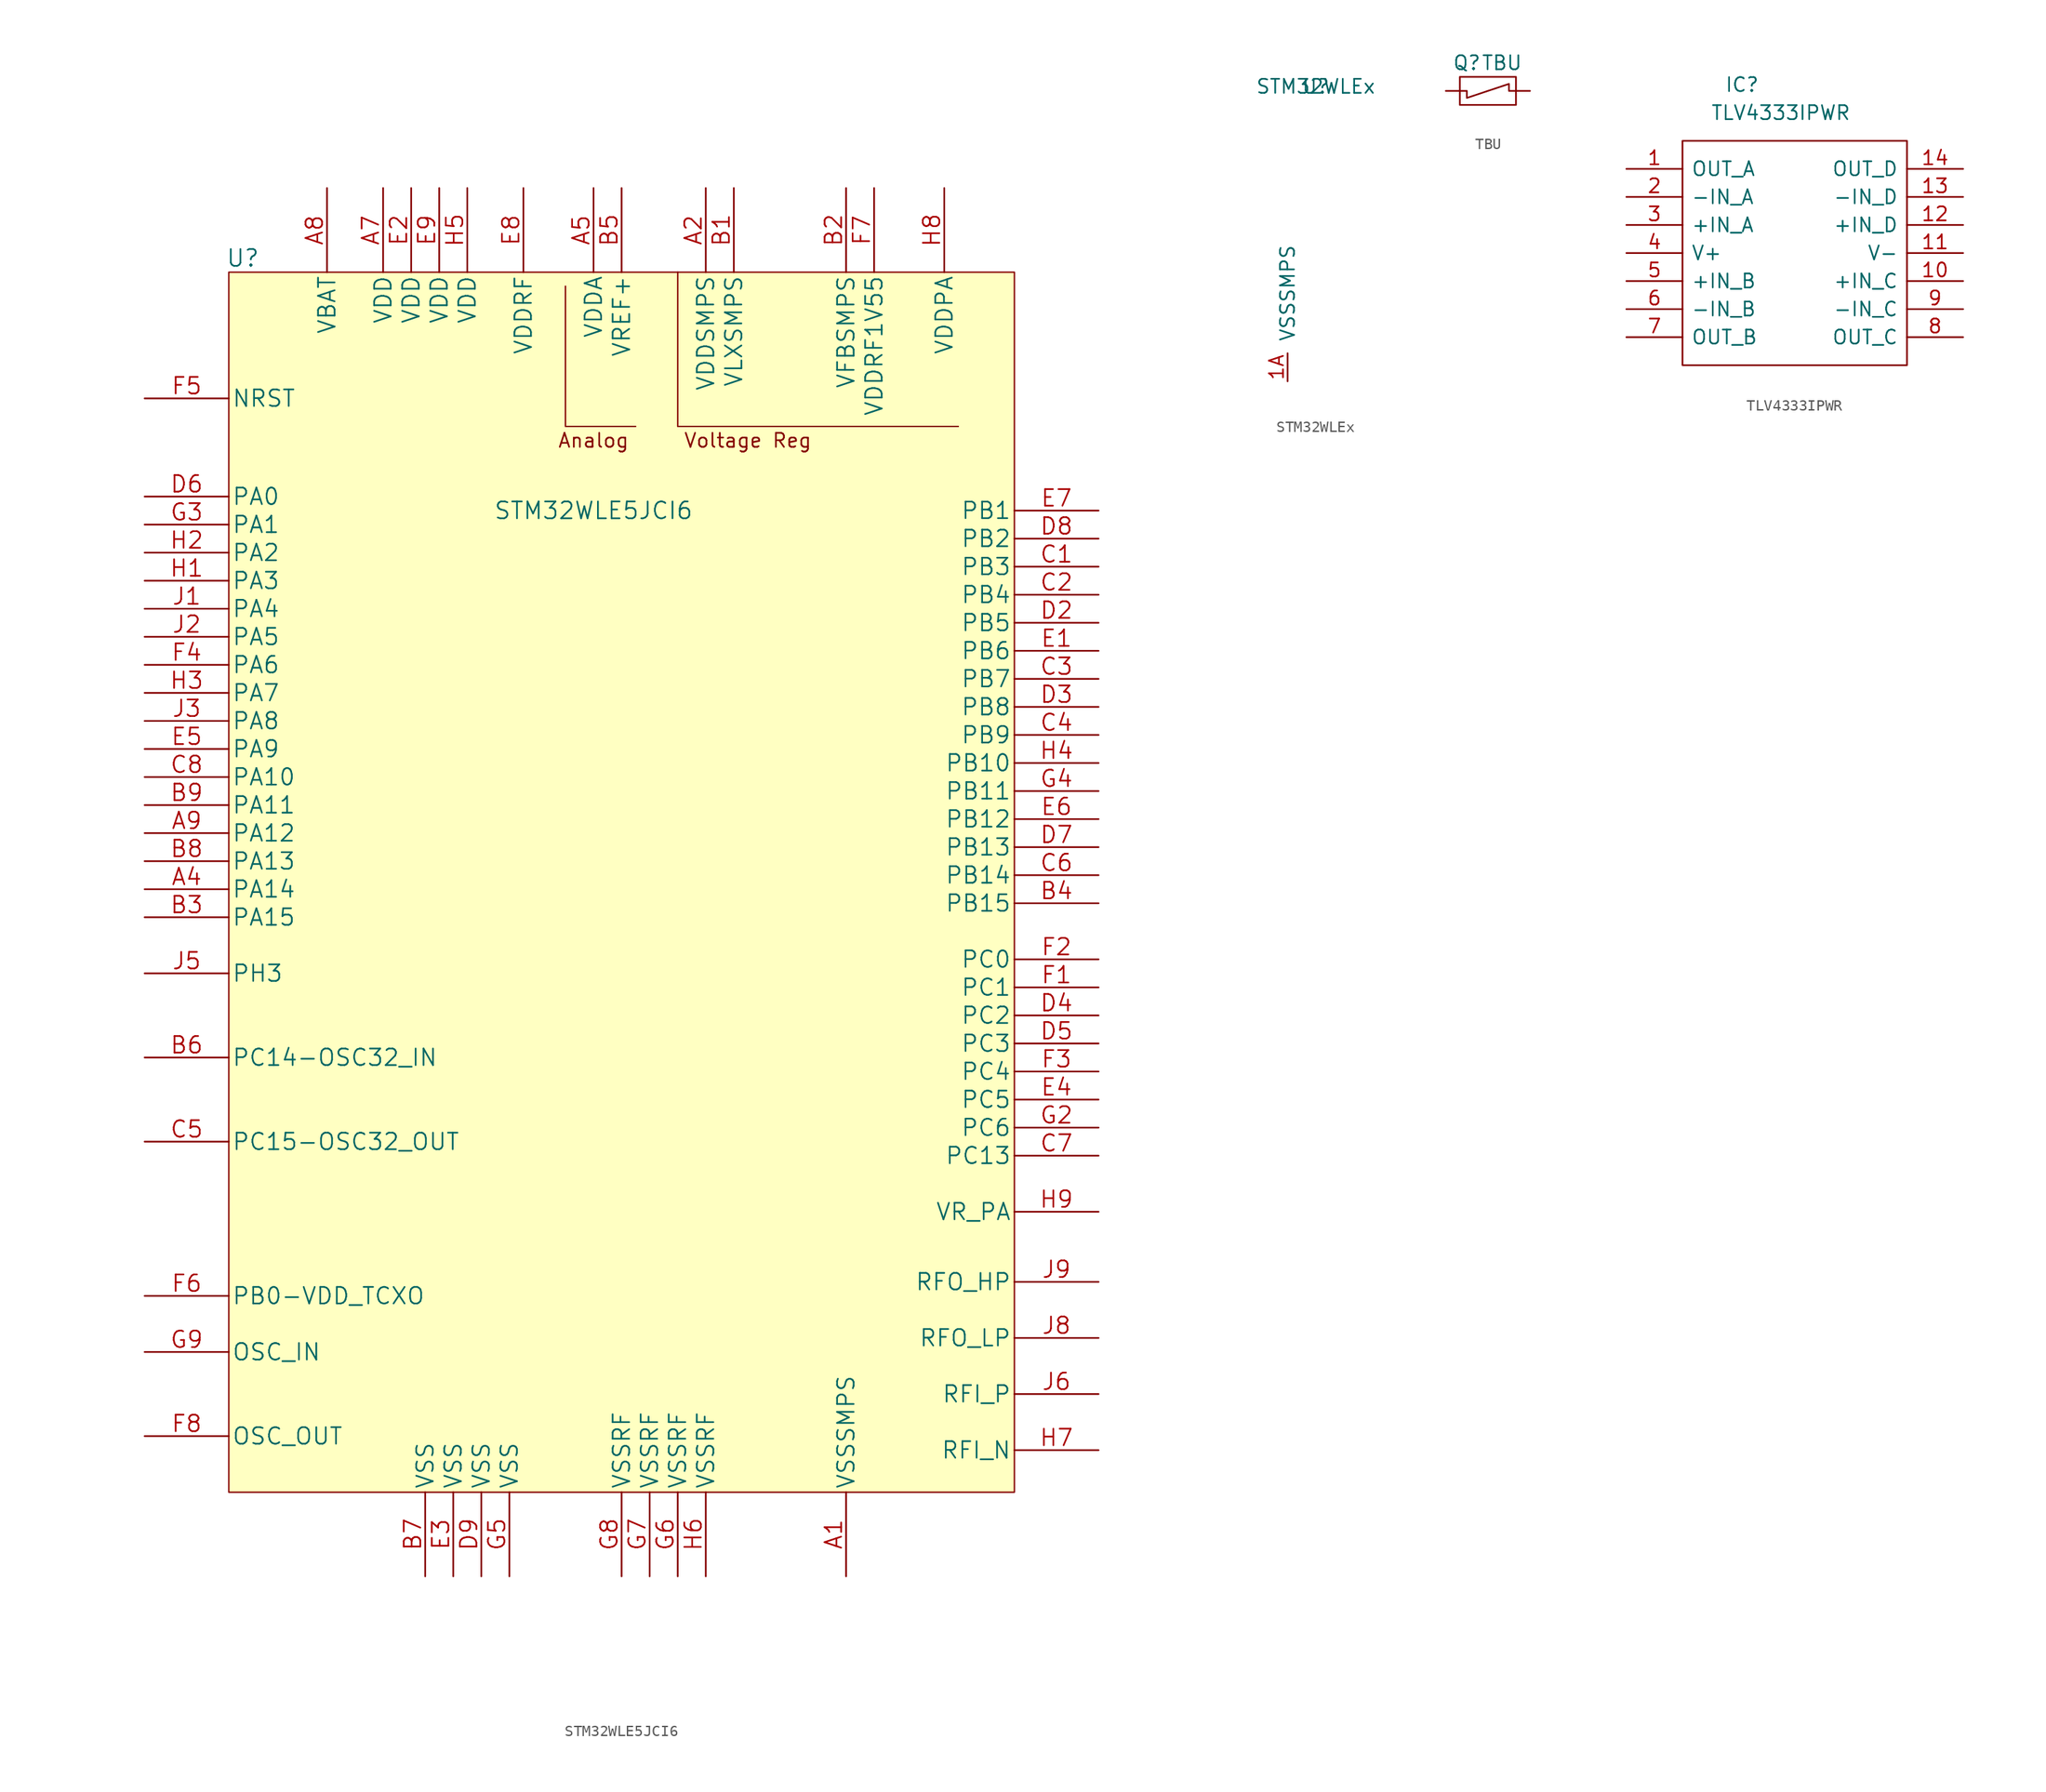
<source format=kicad_sym>
(kicad_symbol_lib
  (version 20220914)
  (generator kicad_symbol_editor)
  (symbol "STM32WLE5JCI6"
    (pin_names
      (offset 0.254))
    (property "Reference" "U"
      (at 8.89 6.35 0)
      (effects (font (size 1.524 1.524))))
    (property "Value" "STM32WLE5JCI6"
      (at 40.64 -16.51 0)
      (effects (font (size 1.524 1.524))))
    (symbol "STM32WLE5JCI6_0_0"
      (polyline (pts (xy 48.26 5.08) (xy 48.26 -8.89) (xy 73.66 -8.89)) (stroke (width 0.127) (type default)) (fill (type none)))
      (text "Analog" (at 40.64 -10.16 0) (effects (font (size 1.27 1.27))))
      (text "Voltage Reg" (at 54.61 -10.16 0) (effects (font (size 1.27 1.27)))))
    (symbol "STM32WLE5JCI6_1_1"
      (polyline (pts (xy 38.1 3.81) (xy 38.1 -8.89) (xy 44.45 -8.89)) (stroke (width 0.127) (type default)) (fill (type none)))
      (rectangle (start 7.62 5.08) (end 78.74 -105.41) (stroke (width 0.127) (type default)) (fill (type background)))
      (pin power_in line (at 63.5 -113.03 90) (length 7.62) (name "VSSSMPS" (effects (font (size 1.499 1.499)))) (number "A1" (effects (font (size 1.499 1.499)))))
      (pin power_in line (at 50.8 12.7 270) (length 7.62) (name "VDDSMPS" (effects (font (size 1.499 1.499)))) (number "A2" (effects (font (size 1.499 1.499)))))
      (pin bidirectional line (at 0 -50.8 0) (length 7.62) (name "PA14" (effects (font (size 1.499 1.499)))) (number "A4" (effects (font (size 1.499 1.499)))))
      (pin power_in line (at 40.64 12.7 270) (length 7.62) (name "VDDA" (effects (font (size 1.499 1.499)))) (number "A5" (effects (font (size 1.499 1.499)))))
      (pin power_in line (at 21.59 12.7 270) (length 7.62) (name "VDD" (effects (font (size 1.499 1.499)))) (number "A7" (effects (font (size 1.499 1.499)))))
      (pin power_in line (at 16.51 12.7 270) (length 7.62) (name "VBAT" (effects (font (size 1.499 1.499)))) (number "A8" (effects (font (size 1.499 1.499)))))
      (pin bidirectional line (at 0 -45.72 0) (length 7.62) (name "PA12" (effects (font (size 1.499 1.499)))) (number "A9" (effects (font (size 1.499 1.499)))))
      (pin power_out line (at 53.34 12.7 270) (length 7.62) (name "VLXSMPS" (effects (font (size 1.499 1.499)))) (number "B1" (effects (font (size 1.499 1.499)))))
      (pin power_in line (at 63.5 12.7 270) (length 7.62) (name "VFBSMPS" (effects (font (size 1.499 1.499)))) (number "B2" (effects (font (size 1.499 1.499)))))
      (pin bidirectional line (at 0 -53.34 0) (length 7.62) (name "PA15" (effects (font (size 1.499 1.499)))) (number "B3" (effects (font (size 1.499 1.499)))))
      (pin bidirectional line (at 86.36 -52.07 180) (length 7.62) (name "PB15" (effects (font (size 1.499 1.499)))) (number "B4" (effects (font (size 1.499 1.499)))))
      (pin power_in line (at 43.18 12.7 270) (length 7.62) (name "VREF+" (effects (font (size 1.499 1.499)))) (number "B5" (effects (font (size 1.499 1.499)))))
      (pin bidirectional line (at 0 -66.04 0) (length 7.62) (name "PC14-OSC32_IN" (effects (font (size 1.499 1.499)))) (number "B6" (effects (font (size 1.499 1.499)))))
      (pin power_in line (at 25.4 -113.03 90) (length 7.62) (name "VSS" (effects (font (size 1.499 1.499)))) (number "B7" (effects (font (size 1.499 1.499)))))
      (pin bidirectional line (at 0 -48.26 0) (length 7.62) (name "PA13" (effects (font (size 1.499 1.499)))) (number "B8" (effects (font (size 1.499 1.499)))))
      (pin bidirectional line (at 0 -43.18 0) (length 7.62) (name "PA11" (effects (font (size 1.499 1.499)))) (number "B9" (effects (font (size 1.499 1.499)))))
      (pin bidirectional line (at 86.36 -21.59 180) (length 7.62) (name "PB3" (effects (font (size 1.499 1.499)))) (number "C1" (effects (font (size 1.499 1.499)))))
      (pin bidirectional line (at 86.36 -24.13 180) (length 7.62) (name "PB4" (effects (font (size 1.499 1.499)))) (number "C2" (effects (font (size 1.499 1.499)))))
      (pin bidirectional line (at 86.36 -31.75 180) (length 7.62) (name "PB7" (effects (font (size 1.499 1.499)))) (number "C3" (effects (font (size 1.499 1.499)))))
      (pin bidirectional line (at 86.36 -36.83 180) (length 7.62) (name "PB9" (effects (font (size 1.499 1.499)))) (number "C4" (effects (font (size 1.499 1.499)))))
      (pin output line (at 0 -73.66 0) (length 7.62) (name "PC15-OSC32_OUT" (effects (font (size 1.499 1.499)))) (number "C5" (effects (font (size 1.499 1.499)))))
      (pin bidirectional line (at 86.36 -49.53 180) (length 7.62) (name "PB14" (effects (font (size 1.499 1.499)))) (number "C6" (effects (font (size 1.499 1.499)))))
      (pin bidirectional line (at 86.36 -74.93 180) (length 7.62) (name "PC13" (effects (font (size 1.499 1.499)))) (number "C7" (effects (font (size 1.499 1.499)))))
      (pin bidirectional line (at 0 -40.64 0) (length 7.62) (name "PA10" (effects (font (size 1.499 1.499)))) (number "C8" (effects (font (size 1.499 1.499)))))
      (pin bidirectional line (at 86.36 -26.67 180) (length 7.62) (name "PB5" (effects (font (size 1.499 1.499)))) (number "D2" (effects (font (size 1.499 1.499)))))
      (pin bidirectional line (at 86.36 -34.29 180) (length 7.62) (name "PB8" (effects (font (size 1.499 1.499)))) (number "D3" (effects (font (size 1.499 1.499)))))
      (pin bidirectional line (at 86.36 -62.23 180) (length 7.62) (name "PC2" (effects (font (size 1.499 1.499)))) (number "D4" (effects (font (size 1.499 1.499)))))
      (pin bidirectional line (at 86.36 -64.77 180) (length 7.62) (name "PC3" (effects (font (size 1.499 1.499)))) (number "D5" (effects (font (size 1.499 1.499)))))
      (pin bidirectional line (at 0 -15.24 0) (length 7.62) (name "PA0" (effects (font (size 1.499 1.499)))) (number "D6" (effects (font (size 1.499 1.499)))))
      (pin bidirectional line (at 86.36 -46.99 180) (length 7.62) (name "PB13" (effects (font (size 1.499 1.499)))) (number "D7" (effects (font (size 1.499 1.499)))))
      (pin bidirectional line (at 86.36 -19.05 180) (length 7.62) (name "PB2" (effects (font (size 1.499 1.499)))) (number "D8" (effects (font (size 1.499 1.499)))))
      (pin power_in line (at 30.48 -113.03 90) (length 7.62) (name "VSS" (effects (font (size 1.499 1.499)))) (number "D9" (effects (font (size 1.499 1.499)))))
      (pin bidirectional line (at 86.36 -29.21 180) (length 7.62) (name "PB6" (effects (font (size 1.499 1.499)))) (number "E1" (effects (font (size 1.499 1.499)))))
      (pin power_in line (at 24.13 12.7 270) (length 7.62) (name "VDD" (effects (font (size 1.499 1.499)))) (number "E2" (effects (font (size 1.499 1.499)))))
      (pin power_in line (at 27.94 -113.03 90) (length 7.62) (name "VSS" (effects (font (size 1.499 1.499)))) (number "E3" (effects (font (size 1.499 1.499)))))
      (pin bidirectional line (at 86.36 -69.85 180) (length 7.62) (name "PC5" (effects (font (size 1.499 1.499)))) (number "E4" (effects (font (size 1.499 1.499)))))
      (pin bidirectional line (at 0 -38.1 0) (length 7.62) (name "PA9" (effects (font (size 1.499 1.499)))) (number "E5" (effects (font (size 1.499 1.499)))))
      (pin bidirectional line (at 86.36 -44.45 180) (length 7.62) (name "PB12" (effects (font (size 1.499 1.499)))) (number "E6" (effects (font (size 1.499 1.499)))))
      (pin bidirectional line (at 86.36 -16.51 180) (length 7.62) (name "PB1" (effects (font (size 1.499 1.499)))) (number "E7" (effects (font (size 1.499 1.499)))))
      (pin power_in line (at 34.29 12.7 270) (length 7.62) (name "VDDRF" (effects (font (size 1.499 1.499)))) (number "E8" (effects (font (size 1.499 1.499)))))
      (pin power_in line (at 26.67 12.7 270) (length 7.62) (name "VDD" (effects (font (size 1.499 1.499)))) (number "E9" (effects (font (size 1.499 1.499)))))
      (pin bidirectional line (at 86.36 -59.69 180) (length 7.62) (name "PC1" (effects (font (size 1.499 1.499)))) (number "F1" (effects (font (size 1.499 1.499)))))
      (pin bidirectional line (at 86.36 -57.15 180) (length 7.62) (name "PC0" (effects (font (size 1.499 1.499)))) (number "F2" (effects (font (size 1.499 1.499)))))
      (pin bidirectional line (at 86.36 -67.31 180) (length 7.62) (name "PC4" (effects (font (size 1.499 1.499)))) (number "F3" (effects (font (size 1.499 1.499)))))
      (pin bidirectional line (at 0 -30.48 0) (length 7.62) (name "PA6" (effects (font (size 1.499 1.499)))) (number "F4" (effects (font (size 1.499 1.499)))))
      (pin bidirectional line (at 0 -6.35 0) (length 7.62) (name "NRST" (effects (font (size 1.499 1.499)))) (number "F5" (effects (font (size 1.499 1.499)))))
      (pin bidirectional line (at 0 -87.63 0) (length 7.62) (name "PB0-VDD_TCXO" (effects (font (size 1.499 1.499)))) (number "F6" (effects (font (size 1.499 1.499)))))
      (pin power_in line (at 66.04 12.7 270) (length 7.62) (name "VDDRF1V55" (effects (font (size 1.499 1.499)))) (number "F7" (effects (font (size 1.499 1.499)))))
      (pin output line (at 0 -100.33 0) (length 7.62) (name "OSC_OUT" (effects (font (size 1.499 1.499)))) (number "F8" (effects (font (size 1.499 1.499)))))
      (pin bidirectional line (at 86.36 -72.39 180) (length 7.62) (name "PC6" (effects (font (size 1.499 1.499)))) (number "G2" (effects (font (size 1.499 1.499)))))
      (pin bidirectional line (at 0 -17.78 0) (length 7.62) (name "PA1" (effects (font (size 1.499 1.499)))) (number "G3" (effects (font (size 1.499 1.499)))))
      (pin bidirectional line (at 86.36 -41.91 180) (length 7.62) (name "PB11" (effects (font (size 1.499 1.499)))) (number "G4" (effects (font (size 1.499 1.499)))))
      (pin power_in line (at 33.02 -113.03 90) (length 7.62) (name "VSS" (effects (font (size 1.499 1.499)))) (number "G5" (effects (font (size 1.499 1.499)))))
      (pin power_in line (at 48.26 -113.03 90) (length 7.62) (name "VSSRF" (effects (font (size 1.499 1.499)))) (number "G6" (effects (font (size 1.499 1.499)))))
      (pin power_in line (at 45.72 -113.03 90) (length 7.62) (name "VSSRF" (effects (font (size 1.499 1.499)))) (number "G7" (effects (font (size 1.499 1.499)))))
      (pin power_in line (at 43.18 -113.03 90) (length 7.62) (name "VSSRF" (effects (font (size 1.499 1.499)))) (number "G8" (effects (font (size 1.499 1.499)))))
      (pin input line (at 0 -92.71 0) (length 7.62) (name "OSC_IN" (effects (font (size 1.499 1.499)))) (number "G9" (effects (font (size 1.499 1.499)))))
      (pin bidirectional line (at 0 -22.86 0) (length 7.62) (name "PA3" (effects (font (size 1.499 1.499)))) (number "H1" (effects (font (size 1.499 1.499)))))
      (pin bidirectional line (at 0 -20.32 0) (length 7.62) (name "PA2" (effects (font (size 1.499 1.499)))) (number "H2" (effects (font (size 1.499 1.499)))))
      (pin bidirectional line (at 0 -33.02 0) (length 7.62) (name "PA7" (effects (font (size 1.499 1.499)))) (number "H3" (effects (font (size 1.499 1.499)))))
      (pin bidirectional line (at 86.36 -39.37 180) (length 7.62) (name "PB10" (effects (font (size 1.499 1.499)))) (number "H4" (effects (font (size 1.499 1.499)))))
      (pin power_in line (at 29.21 12.7 270) (length 7.62) (name "VDD" (effects (font (size 1.499 1.499)))) (number "H5" (effects (font (size 1.499 1.499)))))
      (pin power_in line (at 50.8 -113.03 90) (length 7.62) (name "VSSRF" (effects (font (size 1.499 1.499)))) (number "H6" (effects (font (size 1.499 1.499)))))
      (pin input line (at 86.36 -101.6 180) (length 7.62) (name "RFI_N" (effects (font (size 1.499 1.499)))) (number "H7" (effects (font (size 1.499 1.499)))))
      (pin power_in line (at 72.39 12.7 270) (length 7.62) (name "VDDPA" (effects (font (size 1.499 1.499)))) (number "H8" (effects (font (size 1.499 1.499)))))
      (pin power_out line (at 86.36 -80.01 180) (length 7.62) (name "VR_PA" (effects (font (size 1.499 1.499)))) (number "H9" (effects (font (size 1.499 1.499)))))
      (pin bidirectional line (at 0 -25.4 0) (length 7.62) (name "PA4" (effects (font (size 1.499 1.499)))) (number "J1" (effects (font (size 1.499 1.499)))))
      (pin bidirectional line (at 0 -27.94 0) (length 7.62) (name "PA5" (effects (font (size 1.499 1.499)))) (number "J2" (effects (font (size 1.499 1.499)))))
      (pin bidirectional line (at 0 -35.56 0) (length 7.62) (name "PA8" (effects (font (size 1.499 1.499)))) (number "J3" (effects (font (size 1.499 1.499)))))
      (pin bidirectional line (at 0 -58.42 0) (length 7.62) (name "PH3" (effects (font (size 1.499 1.499)))) (number "J5" (effects (font (size 1.499 1.499)))))
      (pin input line (at 86.36 -96.52 180) (length 7.62) (name "RFI_P" (effects (font (size 1.499 1.499)))) (number "J6" (effects (font (size 1.499 1.499)))))
      (pin output line (at 86.36 -91.44 180) (length 7.62) (name "RFO_LP" (effects (font (size 1.499 1.499)))) (number "J8" (effects (font (size 1.499 1.499)))))
      (pin output line (at 86.36 -86.36 180) (length 7.62) (name "RFO_HP" (effects (font (size 1.499 1.499)))) (number "J9" (effects (font (size 1.499 1.499)))))))
  (symbol "STM32WLEx"
    (pin_names
      (offset 1.016))
    (property "Reference" "U"
      (at 0 0 0)
      (effects (font (size 1.27 1.27))))
    (property "Value" "STM32WLEx"
      (at 0 0 0)
      (effects (font (size 1.27 1.27))))
    (symbol "STM32WLEx_1_1"
      (pin power_in line (at -2.54 -26.67 90) (length 2.54) (name "VSSSMPS" (effects (font (size 1.27 1.27)))) (number "1A" (effects (font (size 1.27 1.27)))))))
  (symbol "TBU"
    (pin_numbers hide)
    (pin_names
      (offset 0))
    (property "Reference" "Q"
      (at -1.905 2.54 0)
      (effects (font (size 1.27 1.27))))
    (property "Value" "TBU"
      (at 1.27 2.54 0)
      (effects (font (size 1.27 1.27))))
    (symbol "TBU_0_1"
      (rectangle (start -2.54 -1.27) (end 2.54 1.27) (stroke (width 0) (type default)) (fill (type none)))
      (polyline (pts (xy -2.54 0) (xy -1.905 0) (xy -1.905 -0.635) (xy 1.905 0.635) (xy 1.905 0) (xy 2.54 0)) (stroke (width 0) (type default)) (fill (type none))))
    (symbol "TBU_1_1"
      (pin passive line (at -3.81 0 0) (length 1.27) (name "~" (effects (font (size 1.27 1.27)))) (number "1" (effects (font (size 1.27 1.27)))))
      (pin no_connect line (at 0 -3.175 90) (length 1.27) hide (name "NU" (effects (font (size 1.27 1.27)))) (number "2" (effects (font (size 1.27 1.27)))))
      (pin passive line (at 3.81 0 180) (length 1.27) (name "~" (effects (font (size 1.27 1.27)))) (number "3" (effects (font (size 1.27 1.27)))))))
  (symbol "TLV4333IPWR"
    (pin_names
      (offset 0.762))
    (property "Reference" "IC"
      (at 8.89 7.62 0)
      (effects (font (size 1.27 1.27)) (justify left)))
    (property "Value" "TLV4333IPWR"
      (at 7.62 5.08 0)
      (effects (font (size 1.27 1.27)) (justify left)))
    (symbol "TLV4333IPWR_0_0"
      (pin passive line (at 0 0 0) (length 5.08) (name "OUT_A" (effects (font (size 1.27 1.27)))) (number "1" (effects (font (size 1.27 1.27)))))
      (pin passive line (at 30.48 -10.16 180) (length 5.08) (name "+IN_C" (effects (font (size 1.27 1.27)))) (number "10" (effects (font (size 1.27 1.27)))))
      (pin passive line (at 30.48 -7.62 180) (length 5.08) (name "V-" (effects (font (size 1.27 1.27)))) (number "11" (effects (font (size 1.27 1.27)))))
      (pin passive line (at 30.48 -5.08 180) (length 5.08) (name "+IN_D" (effects (font (size 1.27 1.27)))) (number "12" (effects (font (size 1.27 1.27)))))
      (pin passive line (at 30.48 -2.54 180) (length 5.08) (name "-IN_D" (effects (font (size 1.27 1.27)))) (number "13" (effects (font (size 1.27 1.27)))))
      (pin passive line (at 30.48 0 180) (length 5.08) (name "OUT_D" (effects (font (size 1.27 1.27)))) (number "14" (effects (font (size 1.27 1.27)))))
      (pin passive line (at 0 -2.54 0) (length 5.08) (name "-IN_A" (effects (font (size 1.27 1.27)))) (number "2" (effects (font (size 1.27 1.27)))))
      (pin passive line (at 0 -5.08 0) (length 5.08) (name "+IN_A" (effects (font (size 1.27 1.27)))) (number "3" (effects (font (size 1.27 1.27)))))
      (pin passive line (at 0 -7.62 0) (length 5.08) (name "V+" (effects (font (size 1.27 1.27)))) (number "4" (effects (font (size 1.27 1.27)))))
      (pin passive line (at 0 -10.16 0) (length 5.08) (name "+IN_B" (effects (font (size 1.27 1.27)))) (number "5" (effects (font (size 1.27 1.27)))))
      (pin passive line (at 0 -12.7 0) (length 5.08) (name "-IN_B" (effects (font (size 1.27 1.27)))) (number "6" (effects (font (size 1.27 1.27)))))
      (pin passive line (at 0 -15.24 0) (length 5.08) (name "OUT_B" (effects (font (size 1.27 1.27)))) (number "7" (effects (font (size 1.27 1.27)))))
      (pin passive line (at 30.48 -15.24 180) (length 5.08) (name "OUT_C" (effects (font (size 1.27 1.27)))) (number "8" (effects (font (size 1.27 1.27)))))
      (pin passive line (at 30.48 -12.7 180) (length 5.08) (name "-IN_C" (effects (font (size 1.27 1.27)))) (number "9" (effects (font (size 1.27 1.27))))))
    (symbol "TLV4333IPWR_0_1"
      (polyline (pts (xy 5.08 2.54) (xy 25.4 2.54) (xy 25.4 -17.78) (xy 5.08 -17.78) (xy 5.08 2.54)) (stroke (width 0.152) (type default)) (fill (type none))))))
</source>
